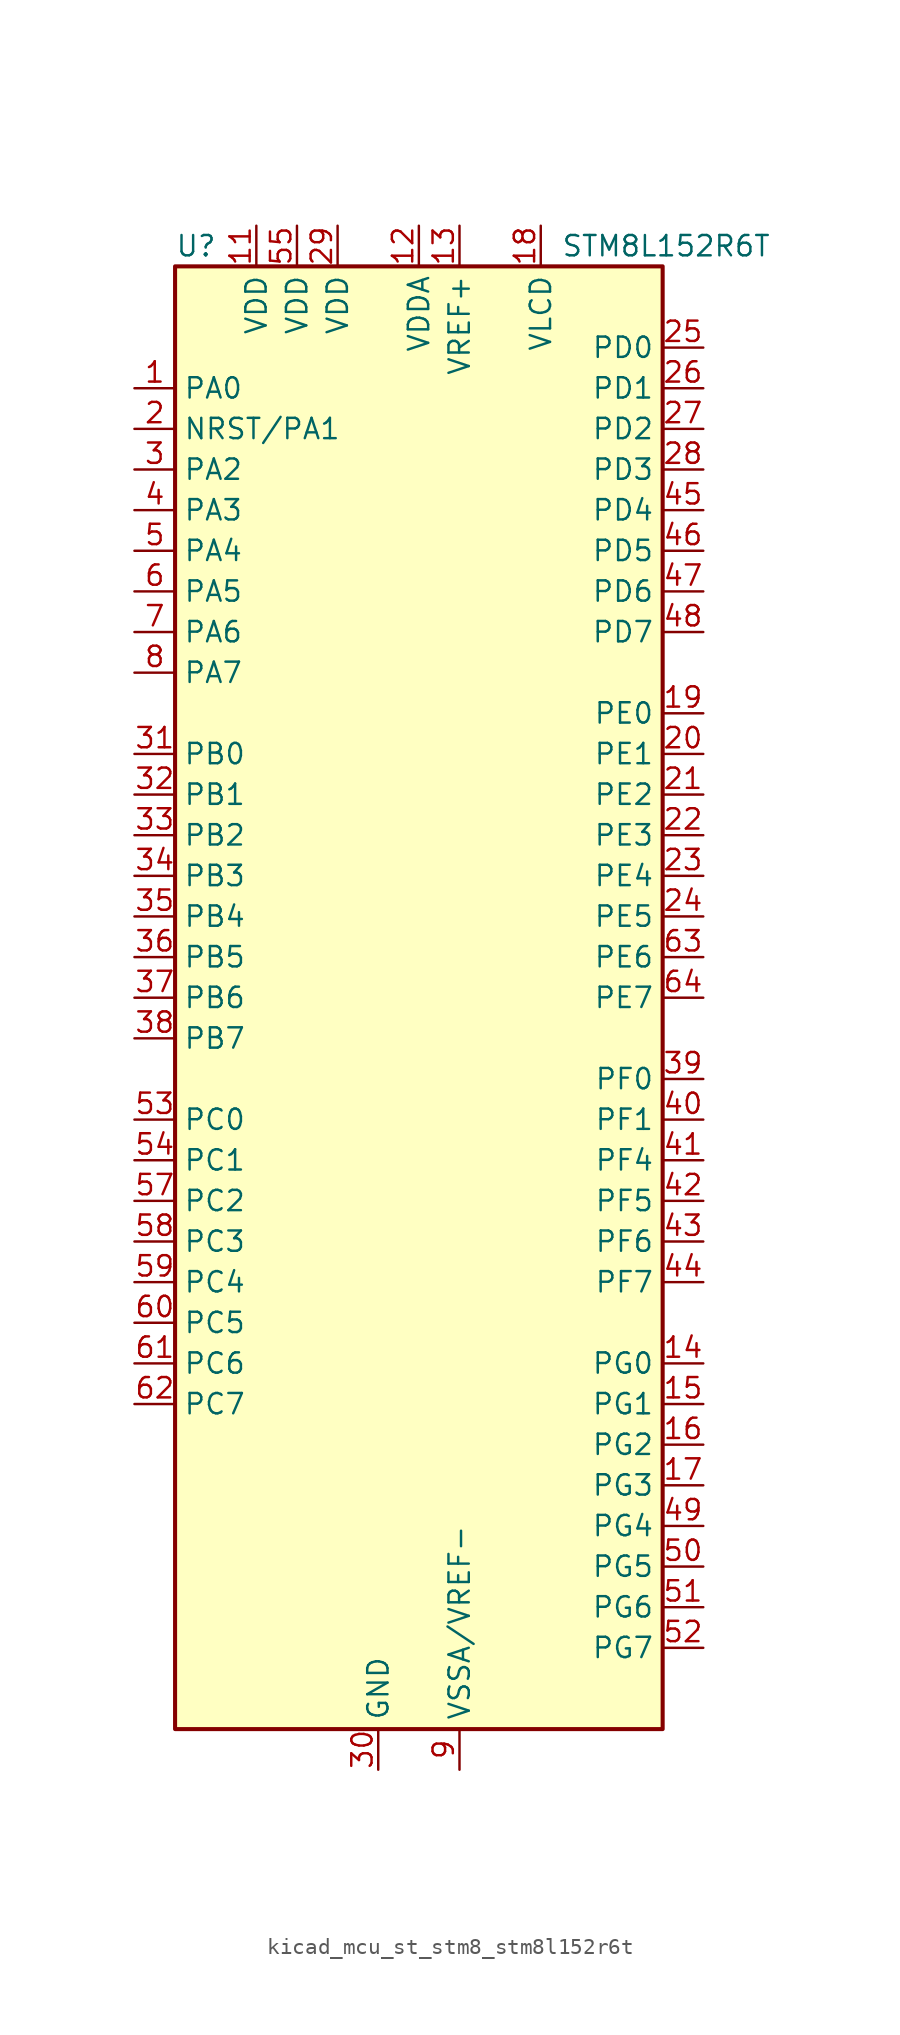
<source format=kicad_sym>
(kicad_symbol_lib
  (version 20220914)
  (generator kicad_symbol_editor)
  (symbol "kicad_mcu_st_stm8_stm8l152r6t"
    (property "Reference" "U"
      (at -15.24 46.99 0)
      (effects (font (size 1.27 1.27)) (justify left)))
    (property "Value" "STM8L152R6T"
      (at 8.89 46.99 0)
      (effects (font (size 1.27 1.27)) (justify left)))
    (symbol "kicad_mcu_st_stm8_stm8l152r6t_0_0"
      (pin passive line (at -2.54 -48.26 90) (length 2.54) hide (name "GND" (effects (font (size 1.27 1.27)))) (number "10" (effects (font (size 1.27 1.27)))))
      (pin bidirectional line (at 17.78 12.7 180) (length 2.54) (name "PE2" (effects (font (size 1.27 1.27)))) (number "21" (effects (font (size 1.27 1.27)))))
      (pin bidirectional line (at 17.78 10.16 180) (length 2.54) (name "PE3" (effects (font (size 1.27 1.27)))) (number "22" (effects (font (size 1.27 1.27)))))
      (pin bidirectional line (at 17.78 7.62 180) (length 2.54) (name "PE4" (effects (font (size 1.27 1.27)))) (number "23" (effects (font (size 1.27 1.27)))))
      (pin bidirectional line (at 17.78 5.08 180) (length 2.54) (name "PE5" (effects (font (size 1.27 1.27)))) (number "24" (effects (font (size 1.27 1.27)))))
      (pin bidirectional line (at 17.78 40.64 180) (length 2.54) (name "PD0" (effects (font (size 1.27 1.27)))) (number "25" (effects (font (size 1.27 1.27)))))
      (pin bidirectional line (at 17.78 38.1 180) (length 2.54) (name "PD1" (effects (font (size 1.27 1.27)))) (number "26" (effects (font (size 1.27 1.27)))))
      (pin bidirectional line (at 17.78 35.56 180) (length 2.54) (name "PD2" (effects (font (size 1.27 1.27)))) (number "27" (effects (font (size 1.27 1.27)))))
      (pin bidirectional line (at 17.78 33.02 180) (length 2.54) (name "PD3" (effects (font (size 1.27 1.27)))) (number "28" (effects (font (size 1.27 1.27)))))
      (pin power_in line (at -5.08 48.26 270) (length 2.54) (name "VDD" (effects (font (size 1.27 1.27)))) (number "29" (effects (font (size 1.27 1.27)))))
      (pin power_in line (at -2.54 -48.26 90) (length 2.54) (name "GND" (effects (font (size 1.27 1.27)))) (number "30" (effects (font (size 1.27 1.27)))))
      (pin bidirectional line (at -17.78 15.24 0) (length 2.54) (name "PB0" (effects (font (size 1.27 1.27)))) (number "31" (effects (font (size 1.27 1.27)))))
      (pin bidirectional line (at -17.78 12.7 0) (length 2.54) (name "PB1" (effects (font (size 1.27 1.27)))) (number "32" (effects (font (size 1.27 1.27)))))
      (pin bidirectional line (at -17.78 10.16 0) (length 2.54) (name "PB2" (effects (font (size 1.27 1.27)))) (number "33" (effects (font (size 1.27 1.27)))))
      (pin bidirectional line (at -17.78 7.62 0) (length 2.54) (name "PB3" (effects (font (size 1.27 1.27)))) (number "34" (effects (font (size 1.27 1.27)))))
      (pin bidirectional line (at -17.78 5.08 0) (length 2.54) (name "PB4" (effects (font (size 1.27 1.27)))) (number "35" (effects (font (size 1.27 1.27)))))
      (pin bidirectional line (at -17.78 2.54 0) (length 2.54) (name "PB5" (effects (font (size 1.27 1.27)))) (number "36" (effects (font (size 1.27 1.27)))))
      (pin bidirectional line (at -17.78 0 0) (length 2.54) (name "PB6" (effects (font (size 1.27 1.27)))) (number "37" (effects (font (size 1.27 1.27)))))
      (pin bidirectional line (at -17.78 -2.54 0) (length 2.54) (name "PB7" (effects (font (size 1.27 1.27)))) (number "38" (effects (font (size 1.27 1.27)))))
      (pin bidirectional line (at 17.78 -5.08 180) (length 2.54) (name "PF0" (effects (font (size 1.27 1.27)))) (number "39" (effects (font (size 1.27 1.27)))))
      (pin bidirectional line (at 17.78 -7.62 180) (length 2.54) (name "PF1" (effects (font (size 1.27 1.27)))) (number "40" (effects (font (size 1.27 1.27)))))
      (pin bidirectional line (at 17.78 -10.16 180) (length 2.54) (name "PF4" (effects (font (size 1.27 1.27)))) (number "41" (effects (font (size 1.27 1.27)))))
      (pin bidirectional line (at 17.78 -12.7 180) (length 2.54) (name "PF5" (effects (font (size 1.27 1.27)))) (number "42" (effects (font (size 1.27 1.27)))))
      (pin bidirectional line (at 17.78 -15.24 180) (length 2.54) (name "PF6" (effects (font (size 1.27 1.27)))) (number "43" (effects (font (size 1.27 1.27)))))
      (pin bidirectional line (at 17.78 -17.78 180) (length 2.54) (name "PF7" (effects (font (size 1.27 1.27)))) (number "44" (effects (font (size 1.27 1.27)))))
      (pin bidirectional line (at 17.78 30.48 180) (length 2.54) (name "PD4" (effects (font (size 1.27 1.27)))) (number "45" (effects (font (size 1.27 1.27)))))
      (pin bidirectional line (at 17.78 27.94 180) (length 2.54) (name "PD5" (effects (font (size 1.27 1.27)))) (number "46" (effects (font (size 1.27 1.27)))))
      (pin bidirectional line (at 17.78 25.4 180) (length 2.54) (name "PD6" (effects (font (size 1.27 1.27)))) (number "47" (effects (font (size 1.27 1.27)))))
      (pin bidirectional line (at 17.78 22.86 180) (length 2.54) (name "PD7" (effects (font (size 1.27 1.27)))) (number "48" (effects (font (size 1.27 1.27)))))
      (pin bidirectional line (at 17.78 -33.02 180) (length 2.54) (name "PG4" (effects (font (size 1.27 1.27)))) (number "49" (effects (font (size 1.27 1.27)))))
      (pin bidirectional line (at 17.78 -35.56 180) (length 2.54) (name "PG5" (effects (font (size 1.27 1.27)))) (number "50" (effects (font (size 1.27 1.27)))))
      (pin bidirectional line (at 17.78 -38.1 180) (length 2.54) (name "PG6" (effects (font (size 1.27 1.27)))) (number "51" (effects (font (size 1.27 1.27)))))
      (pin bidirectional line (at 17.78 -40.64 180) (length 2.54) (name "PG7" (effects (font (size 1.27 1.27)))) (number "52" (effects (font (size 1.27 1.27)))))
      (pin bidirectional line (at -17.78 -7.62 0) (length 2.54) (name "PC0" (effects (font (size 1.27 1.27)))) (number "53" (effects (font (size 1.27 1.27)))))
      (pin bidirectional line (at -17.78 -10.16 0) (length 2.54) (name "PC1" (effects (font (size 1.27 1.27)))) (number "54" (effects (font (size 1.27 1.27)))))
      (pin power_in line (at -7.62 48.26 270) (length 2.54) (name "VDD" (effects (font (size 1.27 1.27)))) (number "55" (effects (font (size 1.27 1.27)))))
      (pin passive line (at -2.54 -48.26 90) (length 2.54) hide (name "GND" (effects (font (size 1.27 1.27)))) (number "56" (effects (font (size 1.27 1.27)))))
      (pin bidirectional line (at -17.78 -12.7 0) (length 2.54) (name "PC2" (effects (font (size 1.27 1.27)))) (number "57" (effects (font (size 1.27 1.27)))))
      (pin bidirectional line (at -17.78 -15.24 0) (length 2.54) (name "PC3" (effects (font (size 1.27 1.27)))) (number "58" (effects (font (size 1.27 1.27)))))
      (pin bidirectional line (at -17.78 -17.78 0) (length 2.54) (name "PC4" (effects (font (size 1.27 1.27)))) (number "59" (effects (font (size 1.27 1.27)))))
      (pin bidirectional line (at -17.78 -20.32 0) (length 2.54) (name "PC5" (effects (font (size 1.27 1.27)))) (number "60" (effects (font (size 1.27 1.27)))))
      (pin bidirectional line (at -17.78 -22.86 0) (length 2.54) (name "PC6" (effects (font (size 1.27 1.27)))) (number "61" (effects (font (size 1.27 1.27)))))
      (pin bidirectional line (at -17.78 -25.4 0) (length 2.54) (name "PC7" (effects (font (size 1.27 1.27)))) (number "62" (effects (font (size 1.27 1.27)))))
      (pin bidirectional line (at 17.78 2.54 180) (length 2.54) (name "PE6" (effects (font (size 1.27 1.27)))) (number "63" (effects (font (size 1.27 1.27)))))
      (pin bidirectional line (at 17.78 0 180) (length 2.54) (name "PE7" (effects (font (size 1.27 1.27)))) (number "64" (effects (font (size 1.27 1.27))))))
    (symbol "kicad_mcu_st_stm8_stm8l152r6t_0_1"
      (rectangle (start -15.24 45.72) (end 15.24 -45.72) (stroke (width 0.254) (type default)) (fill (type background))))
    (symbol "kicad_mcu_st_stm8_stm8l152r6t_1_1"
      (pin bidirectional line (at -17.78 38.1 0) (length 2.54) (name "PA0" (effects (font (size 1.27 1.27)))) (number "1" (effects (font (size 1.27 1.27)))))
      (pin power_in line (at -10.16 48.26 270) (length 2.54) (name "VDD" (effects (font (size 1.27 1.27)))) (number "11" (effects (font (size 1.27 1.27)))))
      (pin power_in line (at 0 48.26 270) (length 2.54) (name "VDDA" (effects (font (size 1.27 1.27)))) (number "12" (effects (font (size 1.27 1.27)))))
      (pin power_in line (at 2.54 48.26 270) (length 2.54) (name "VREF+" (effects (font (size 1.27 1.27)))) (number "13" (effects (font (size 1.27 1.27)))))
      (pin bidirectional line (at 17.78 -22.86 180) (length 2.54) (name "PG0" (effects (font (size 1.27 1.27)))) (number "14" (effects (font (size 1.27 1.27)))))
      (pin bidirectional line (at 17.78 -25.4 180) (length 2.54) (name "PG1" (effects (font (size 1.27 1.27)))) (number "15" (effects (font (size 1.27 1.27)))))
      (pin bidirectional line (at 17.78 -27.94 180) (length 2.54) (name "PG2" (effects (font (size 1.27 1.27)))) (number "16" (effects (font (size 1.27 1.27)))))
      (pin bidirectional line (at 17.78 -30.48 180) (length 2.54) (name "PG3" (effects (font (size 1.27 1.27)))) (number "17" (effects (font (size 1.27 1.27)))))
      (pin power_in line (at 7.62 48.26 270) (length 2.54) (name "VLCD" (effects (font (size 1.27 1.27)))) (number "18" (effects (font (size 1.27 1.27)))))
      (pin bidirectional line (at 17.78 17.78 180) (length 2.54) (name "PE0" (effects (font (size 1.27 1.27)))) (number "19" (effects (font (size 1.27 1.27)))))
      (pin bidirectional line (at -17.78 35.56 0) (length 2.54) (name "NRST/PA1" (effects (font (size 1.27 1.27)))) (number "2" (effects (font (size 1.27 1.27)))))
      (pin bidirectional line (at 17.78 15.24 180) (length 2.54) (name "PE1" (effects (font (size 1.27 1.27)))) (number "20" (effects (font (size 1.27 1.27)))))
      (pin bidirectional line (at -17.78 33.02 0) (length 2.54) (name "PA2" (effects (font (size 1.27 1.27)))) (number "3" (effects (font (size 1.27 1.27)))))
      (pin bidirectional line (at -17.78 30.48 0) (length 2.54) (name "PA3" (effects (font (size 1.27 1.27)))) (number "4" (effects (font (size 1.27 1.27)))))
      (pin bidirectional line (at -17.78 27.94 0) (length 2.54) (name "PA4" (effects (font (size 1.27 1.27)))) (number "5" (effects (font (size 1.27 1.27)))))
      (pin bidirectional line (at -17.78 25.4 0) (length 2.54) (name "PA5" (effects (font (size 1.27 1.27)))) (number "6" (effects (font (size 1.27 1.27)))))
      (pin bidirectional line (at -17.78 22.86 0) (length 2.54) (name "PA6" (effects (font (size 1.27 1.27)))) (number "7" (effects (font (size 1.27 1.27)))))
      (pin bidirectional line (at -17.78 20.32 0) (length 2.54) (name "PA7" (effects (font (size 1.27 1.27)))) (number "8" (effects (font (size 1.27 1.27)))))
      (pin power_in line (at 2.54 -48.26 90) (length 2.54) (name "VSSA/VREF-" (effects (font (size 1.27 1.27)))) (number "9" (effects (font (size 1.27 1.27))))))))
</source>
